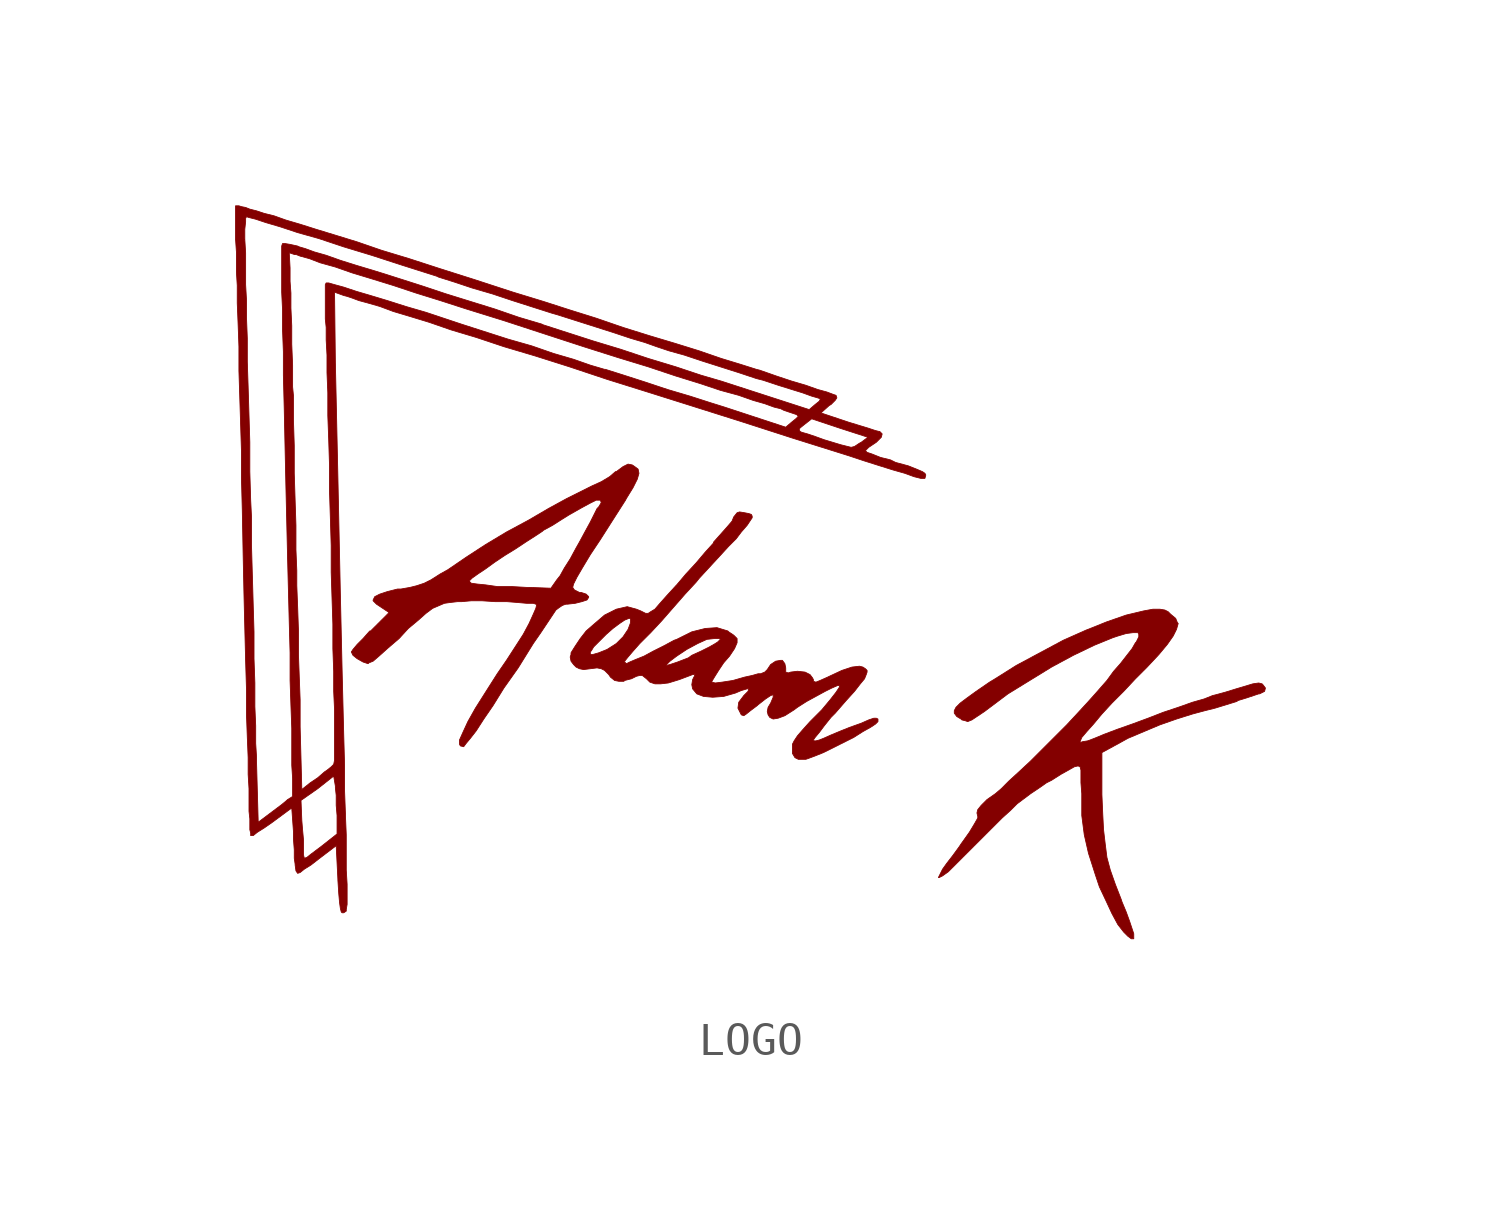
<source format=kicad_sym>
(kicad_symbol_lib
  (version 20211014)
  (generator kicad_symbol_editor)
  (symbol "LOGO"
    (pin_names
      (offset 1.016))
    (property "Reference" "#G"
      (at 0 -15.494 0)
      (effects (font (size 1.524 1.524)) hide))
    (symbol "LOGO_0_0"
      (polyline (pts (xy -8.865 -4.699) (xy -8.738 -4.547) (xy -8.56 -4.318) (xy -8.331 -3.962) (xy -8.052 -3.556) (xy -7.722 -3.023) (xy -7.29 -2.413) (xy -6.833 -1.676) (xy -6.604 -1.346) (xy -6.147 -0.66) (xy -6.045 -0.584) (xy -5.969 -0.533) (xy -5.918 -0.508) (xy -5.842 -0.483) (xy -5.791 -0.483) (xy -5.563 -0.457) (xy -5.359 -0.406) (xy -5.207 -0.356) (xy -5.156 -0.279) (xy -5.156 -0.254) (xy -5.232 -0.178) (xy -5.385 -0.127) (xy -5.436 -0.127) (xy -5.588 -0.051) (xy -5.639 0.025) (xy -5.613 0.127) (xy -5.512 0.33) (xy -5.334 0.635) (xy -5.105 1.016) (xy -4.801 1.473) (xy -4.445 2.032) (xy -4.039 2.667) (xy -4.013 2.718) (xy -3.81 3.048) (xy -3.683 3.302) (xy -3.632 3.48) (xy -3.658 3.607) (xy -3.759 3.683) (xy -3.835 3.734) (xy -3.962 3.759) (xy -4.115 3.683) (xy -4.318 3.531) (xy -4.343 3.531) (xy -4.521 3.378) (xy -4.775 3.226) (xy -5.055 3.099) (xy -5.817 2.718) (xy -6.375 2.413) (xy -6.985 2.057) (xy -7.645 1.702) (xy -8.28 1.321) (xy -8.865 0.94) (xy -9.423 0.559) (xy -9.652 0.432) (xy -9.931 0.254) (xy -10.033 0.203) (xy -8.763 0.203) (xy -8.763 0.229) (xy -8.687 0.305) (xy -8.509 0.432) (xy -8.28 0.584) (xy -8.001 0.787) (xy -7.696 0.991) (xy -7.366 1.194) (xy -7.061 1.397) (xy -6.782 1.575) (xy -6.553 1.727) (xy -6.528 1.753) (xy -6.248 1.905) (xy -5.969 2.083) (xy -5.766 2.21) (xy -5.41 2.413) (xy -5.131 2.565) (xy -4.928 2.667) (xy -4.801 2.667) (xy -4.775 2.591) (xy -4.851 2.464) (xy -4.902 2.413) (xy -5.105 2.007) (xy -5.258 1.727) (xy -5.436 1.397) (xy -5.537 1.219) (xy -5.715 0.889) (xy -5.893 0.61) (xy -6.02 0.381) (xy -6.121 0.254) (xy -6.299 0) (xy -6.96 0.025) (xy -7.036 0.025) (xy -7.493 0.051) (xy -7.925 0.051) (xy -8.28 0.102) (xy -8.534 0.127) (xy -8.712 0.152) (xy -8.763 0.203) (xy -10.033 0.203) (xy -10.135 0.152) (xy -10.363 0.076) (xy -10.566 0.025) (xy -10.846 -0.025) (xy -10.947 -0.025) (xy -11.252 -0.102) (xy -11.481 -0.178) (xy -11.633 -0.254) (xy -11.684 -0.356) (xy -11.684 -0.381) (xy -11.582 -0.483) (xy -11.201 -0.737) (xy -11.76 -1.295) (xy -11.786 -1.295) (xy -11.989 -1.524) (xy -12.167 -1.702) (xy -12.294 -1.854) (xy -12.344 -1.93) (xy -12.294 -2.032) (xy -12.167 -2.134) (xy -11.989 -2.235) (xy -11.836 -2.286) (xy -11.811 -2.261) (xy -11.684 -2.21) (xy -11.506 -2.057) (xy -11.252 -1.829) (xy -10.897 -1.524) (xy -10.617 -1.219) (xy -10.312 -0.965) (xy -10.084 -0.762) (xy -9.881 -0.61) (xy -9.525 -0.457) (xy -9.347 -0.432) (xy -9.119 -0.406) (xy -8.992 -0.406) (xy -8.712 -0.381) (xy -8.382 -0.381) (xy -8.001 -0.406) (xy -7.645 -0.406) (xy -7.315 -0.432) (xy -7.036 -0.457) (xy -6.833 -0.457) (xy -6.756 -0.483) (xy -6.731 -0.508) (xy -6.756 -0.61) (xy -6.833 -0.787) (xy -6.96 -1.067) (xy -7.137 -1.397) (xy -7.366 -1.753) (xy -7.645 -2.184) (xy -7.925 -2.591) (xy -8.28 -3.15) (xy -8.585 -3.632) (xy -8.814 -4.039) (xy -8.966 -4.369) (xy -9.068 -4.597) (xy -9.068 -4.724) (xy -9.042 -4.775) (xy -8.941 -4.801) (xy -8.865 -4.699)) (stroke (width 0.025) (type default) (color 0 0 0 0)) (fill (type outline)))
      (polyline (pts (xy 11.354 -10.465) (xy 11.227 -10.084) (xy 11.125 -9.804) (xy 10.998 -9.5) (xy 10.973 -9.423) (xy 10.795 -8.966) (xy 10.643 -8.534) (xy 10.541 -8.153) (xy 10.49 -7.747) (xy 10.439 -7.315) (xy 10.414 -6.833) (xy 10.389 -6.248) (xy 10.389 -4.978) (xy 10.947 -4.674) (xy 11.176 -4.547) (xy 12.141 -4.14) (xy 12.649 -3.962) (xy 13.132 -3.81) (xy 13.513 -3.708) (xy 13.818 -3.632) (xy 14.478 -3.429) (xy 14.503 -3.404) (xy 14.757 -3.327) (xy 15.138 -3.2) (xy 15.164 -3.2) (xy 15.316 -3.124) (xy 15.342 -3.023) (xy 15.265 -2.921) (xy 15.24 -2.896) (xy 15.138 -2.87) (xy 14.961 -2.896) (xy 14.453 -3.048) (xy 14.122 -3.15) (xy 13.843 -3.226) (xy 13.741 -3.251) (xy 13.487 -3.353) (xy 13.132 -3.454) (xy 12.7 -3.607) (xy 12.243 -3.759) (xy 11.786 -3.937) (xy 11.303 -4.115) (xy 10.871 -4.267) (xy 10.465 -4.42) (xy 10.16 -4.547) (xy 9.957 -4.623) (xy 9.804 -4.648) (xy 9.728 -4.674) (xy 9.728 -4.648) (xy 9.779 -4.521) (xy 9.931 -4.343) (xy 10.135 -4.115) (xy 10.389 -3.81) (xy 10.693 -3.48) (xy 11.049 -3.124) (xy 11.405 -2.743) (xy 11.76 -2.388) (xy 12.116 -2.007) (xy 12.37 -1.702) (xy 12.548 -1.448) (xy 12.649 -1.245) (xy 12.7 -1.067) (xy 12.675 -1.041) (xy 12.624 -0.914) (xy 12.471 -0.787) (xy 12.395 -0.711) (xy 12.294 -0.66) (xy 12.141 -0.635) (xy 11.938 -0.635) (xy 11.659 -0.686) (xy 11.125 -0.813) (xy 10.541 -1.016) (xy 9.906 -1.27) (xy 9.22 -1.575) (xy 7.798 -2.337) (xy 7.112 -2.769) (xy 6.985 -2.845) (xy 6.579 -3.124) (xy 6.299 -3.327) (xy 6.096 -3.48) (xy 5.969 -3.607) (xy 5.918 -3.708) (xy 5.918 -3.785) (xy 5.994 -3.886) (xy 6.121 -3.962) (xy 6.147 -3.988) (xy 6.248 -4.013) (xy 6.325 -4.039) (xy 6.452 -3.988) (xy 6.833 -3.734) (xy 7.544 -3.2) (xy 8.865 -2.388) (xy 9.525 -2.032) (xy 10.16 -1.727) (xy 10.719 -1.499) (xy 10.871 -1.448) (xy 11.125 -1.372) (xy 11.328 -1.346) (xy 11.481 -1.346) (xy 11.506 -1.397) (xy 11.506 -1.473) (xy 11.43 -1.626) (xy 11.405 -1.651) (xy 11.303 -1.829) (xy 10.947 -2.286) (xy 10.744 -2.515) (xy 10.541 -2.794) (xy 10.185 -3.2) (xy 9.957 -3.454) (xy 9.652 -3.785) (xy 9.322 -4.14) (xy 8.23 -5.232) (xy 7.874 -5.563) (xy 7.569 -5.842) (xy 7.341 -6.071) (xy 7.163 -6.223) (xy 6.909 -6.401) (xy 6.731 -6.579) (xy 6.629 -6.706) (xy 6.604 -6.807) (xy 6.629 -6.909) (xy 6.629 -6.96) (xy 6.528 -7.137) (xy 6.375 -7.391) (xy 6.121 -7.747) (xy 6.071 -7.823) (xy 5.867 -8.103) (xy 5.69 -8.331) (xy 5.563 -8.509) (xy 5.436 -8.763) (xy 5.461 -8.763) (xy 5.563 -8.712) (xy 5.74 -8.585) (xy 7.366 -6.96) (xy 7.62 -6.731) (xy 7.823 -6.528) (xy 8.23 -6.223) (xy 8.458 -6.071) (xy 8.712 -5.893) (xy 8.865 -5.817) (xy 9.144 -5.639) (xy 9.373 -5.512) (xy 9.55 -5.41) (xy 9.652 -5.385) (xy 9.677 -5.385) (xy 9.728 -5.41) (xy 9.754 -5.512) (xy 9.754 -5.893) (xy 9.779 -6.223) (xy 9.779 -6.883) (xy 9.855 -7.468) (xy 9.982 -8.026) (xy 10.185 -8.661) (xy 10.312 -9.042) (xy 10.516 -9.474) (xy 10.693 -9.855) (xy 10.871 -10.185) (xy 11.049 -10.414) (xy 11.176 -10.541) (xy 11.278 -10.617) (xy 11.354 -10.617) (xy 11.354 -10.465)) (stroke (width 0.025) (type default) (color 0 0 0 0)) (fill (type outline)))
      (polyline (pts (xy 1.499 -5.156) (xy 1.702 -5.08) (xy 1.956 -4.978) (xy 2.87 -4.521) (xy 3.15 -4.343) (xy 3.378 -4.216) (xy 3.531 -4.115) (xy 3.607 -4.039) (xy 3.607 -3.962) (xy 3.556 -3.937) (xy 3.48 -3.937) (xy 3.327 -3.988) (xy 3.099 -4.089) (xy 2.743 -4.216) (xy 2.489 -4.318) (xy 2.184 -4.445) (xy 1.956 -4.547) (xy 1.829 -4.597) (xy 1.727 -4.623) (xy 1.676 -4.623) (xy 1.651 -4.597) (xy 1.702 -4.521) (xy 1.829 -4.369) (xy 1.981 -4.166) (xy 2.184 -3.912) (xy 2.311 -3.785) (xy 2.642 -3.404) (xy 2.896 -3.124) (xy 3.073 -2.896) (xy 3.2 -2.743) (xy 3.251 -2.616) (xy 3.277 -2.54) (xy 3.277 -2.489) (xy 3.226 -2.438) (xy 3.15 -2.388) (xy 3.048 -2.362) (xy 2.819 -2.388) (xy 2.515 -2.489) (xy 2.134 -2.667) (xy 2.083 -2.692) (xy 1.854 -2.794) (xy 1.727 -2.845) (xy 1.651 -2.819) (xy 1.651 -2.769) (xy 1.626 -2.718) (xy 1.549 -2.616) (xy 1.397 -2.54) (xy 1.168 -2.515) (xy 0.965 -2.54) (xy 0.889 -2.565) (xy 0.813 -2.54) (xy 0.813 -2.413) (xy 0.787 -2.286) (xy 0.711 -2.184) (xy 0.66 -2.184) (xy 0.508 -2.21) (xy 0.356 -2.311) (xy 0.254 -2.464) (xy 0.178 -2.54) (xy 0.051 -2.591) (xy -0.025 -2.591) (xy -0.203 -2.642) (xy -0.432 -2.692) (xy -0.787 -2.794) (xy -1.118 -2.845) (xy -1.321 -2.87) (xy -1.422 -2.845) (xy -1.422 -2.819) (xy -1.346 -2.692) (xy -1.219 -2.489) (xy -1.067 -2.261) (xy -0.889 -2.057) (xy -0.737 -1.829) (xy -0.66 -1.651) (xy -0.66 -1.524) (xy -0.762 -1.422) (xy -0.914 -1.321) (xy -0.94 -1.295) (xy -1.27 -1.194) (xy -1.626 -1.219) (xy -2.032 -1.321) (xy -2.489 -1.549) (xy -2.565 -1.575) (xy -2.896 -1.753) (xy -3.2 -1.905) (xy -3.48 -2.057) (xy -3.734 -2.159) (xy -3.912 -2.235) (xy -4.013 -2.286) (xy -4.064 -2.235) (xy -4.064 -2.21) (xy -3.962 -2.083) (xy -3.81 -1.905) (xy -3.607 -1.676) (xy -3.277 -1.346) (xy -2.946 -0.991) (xy -2.235 -0.178) (xy -1.905 0.178) (xy -1.803 0.305) (xy -1.194 0.965) (xy -0.914 1.27) (xy -0.686 1.499) (xy -0.533 1.702) (xy -0.356 1.905) (xy -0.203 2.134) (xy -0.203 2.184) (xy -0.229 2.235) (xy -0.305 2.261) (xy -0.432 2.286) (xy -0.584 2.311) (xy -0.66 2.286) (xy -0.762 2.159) (xy -0.813 2.032) (xy -0.965 1.854) (xy -1.372 1.397) (xy -1.372 1.372) (xy -1.626 1.092) (xy -1.905 0.762) (xy -2.21 0.432) (xy -2.489 0.102) (xy -2.515 0.076) (xy -2.794 -0.229) (xy -2.997 -0.457) (xy -3.15 -0.635) (xy -3.277 -0.711) (xy -3.353 -0.762) (xy -3.429 -0.762) (xy -3.581 -0.686) (xy -3.708 -0.635) (xy -3.988 -0.559) (xy -4.318 -0.635) (xy -4.674 -0.813) (xy -5.029 -1.118) (xy -5.232 -1.295) (xy -5.41 -1.524) (xy -5.563 -1.753) (xy -5.69 -1.956) (xy -5.69 -2.007) (xy -5.105 -2.007) (xy -5.105 -1.905) (xy -5.08 -1.905) (xy -5.004 -1.778) (xy -4.623 -1.397) (xy -4.42 -1.219) (xy -4.216 -1.067) (xy -4.064 -0.965) (xy -3.937 -0.914) (xy -3.886 -0.914) (xy -3.886 -1.041) (xy -3.962 -1.245) (xy -4.115 -1.473) (xy -4.318 -1.676) (xy -4.597 -1.854) (xy -4.851 -1.956) (xy -5.029 -2.007) (xy -5.105 -2.007) (xy -5.69 -2.007) (xy -5.715 -2.083) (xy -5.69 -2.21) (xy -5.613 -2.311) (xy -2.794 -2.311) (xy -2.692 -2.21) (xy -2.489 -2.057) (xy -2.184 -1.854) (xy -1.854 -1.676) (xy -1.575 -1.549) (xy -1.346 -1.524) (xy -1.194 -1.524) (xy -1.168 -1.549) (xy -1.245 -1.626) (xy -1.321 -1.676) (xy -1.499 -1.778) (xy -1.753 -1.905) (xy -2.032 -2.032) (xy -2.134 -2.108) (xy -2.464 -2.235) (xy -2.692 -2.311) (xy -2.794 -2.337) (xy -2.794 -2.311) (xy -5.613 -2.311) (xy -5.588 -2.337) (xy -5.537 -2.388) (xy -5.436 -2.438) (xy -5.309 -2.464) (xy -4.902 -2.413) (xy -4.775 -2.438) (xy -4.674 -2.489) (xy -4.547 -2.616) (xy -4.496 -2.692) (xy -4.369 -2.794) (xy -4.242 -2.819) (xy -4.089 -2.819) (xy -4.064 -2.794) (xy -3.861 -2.743) (xy -3.708 -2.667) (xy -3.607 -2.642) (xy -3.531 -2.642) (xy -3.404 -2.743) (xy -3.302 -2.845) (xy -3.15 -2.896) (xy -2.972 -2.896) (xy -2.743 -2.87) (xy -2.413 -2.769) (xy -2.007 -2.616) (xy -1.981 -2.616) (xy -1.93 -2.591) (xy -1.956 -2.667) (xy -2.007 -2.769) (xy -2.032 -2.921) (xy -2.007 -3.048) (xy -1.88 -3.2) (xy -1.676 -3.277) (xy -1.397 -3.302) (xy -1.067 -3.277) (xy -0.711 -3.175) (xy -0.533 -3.099) (xy -0.356 -3.048) (xy -0.305 -3.048) (xy -0.33 -3.124) (xy -0.457 -3.251) (xy -0.61 -3.454) (xy -0.635 -3.632) (xy -0.533 -3.835) (xy -0.457 -3.861) (xy -0.381 -3.81) (xy -0.254 -3.708) (xy -0.051 -3.556) (xy -0.025 -3.531) (xy 0.203 -3.353) (xy 0.356 -3.251) (xy 0.432 -3.226) (xy 0.432 -3.302) (xy 0.356 -3.48) (xy 0.279 -3.607) (xy 0.254 -3.734) (xy 0.279 -3.835) (xy 0.33 -3.912) (xy 0.432 -3.962) (xy 0.584 -3.937) (xy 0.787 -3.861) (xy 1.067 -3.683) (xy 1.168 -3.607) (xy 1.448 -3.429) (xy 2.007 -3.124) (xy 2.21 -3.023) (xy 2.388 -2.946) (xy 2.438 -2.946) (xy 2.438 -2.997) (xy 2.337 -3.15) (xy 2.159 -3.378) (xy 1.905 -3.683) (xy 1.549 -4.039) (xy 1.321 -4.293) (xy 1.168 -4.47) (xy 1.067 -4.623) (xy 1.016 -4.724) (xy 1.016 -5.004) (xy 1.092 -5.131) (xy 1.194 -5.182) (xy 1.422 -5.182) (xy 1.499 -5.156)) (stroke (width 0.025) (type default) (color 0 0 0 0)) (fill (type outline)))
      (polyline (pts (xy -12.497 -9.779) (xy -12.497 -9.728) (xy -12.471 -9.576) (xy -12.471 -8.966) (xy -12.497 -8.534) (xy -12.497 -7.468) (xy -12.522 -6.883) (xy -12.522 -6.833) (xy -12.548 -6.147) (xy -12.548 -5.359) (xy -12.573 -4.47) (xy -12.598 -3.48) (xy -12.624 -2.438) (xy -12.649 -1.346) (xy -12.675 -0.203) (xy -12.751 3.378) (xy -12.802 5.715) (xy -12.827 6.833) (xy -12.852 8.966) (xy -12.573 8.865) (xy -12.471 8.839) (xy -12.319 8.788) (xy -12.116 8.712) (xy -11.836 8.636) (xy -11.481 8.534) (xy -11.074 8.382) (xy -10.566 8.23) (xy -9.982 8.052) (xy -9.322 7.823) (xy -8.56 7.595) (xy -7.722 7.315) (xy -6.782 7.036) (xy -5.74 6.706) (xy -4.597 6.325) (xy -3.378 5.944) (xy -2.007 5.512) (xy -0.559 5.055) (xy 0.229 4.801) (xy 1.219 4.801) (xy 1.245 4.851) (xy 1.372 4.953) (xy 1.6 5.131) (xy 2.438 4.851) (xy 3.302 4.572) (xy 3.099 4.42) (xy 3.048 4.394) (xy 2.896 4.293) (xy 2.794 4.267) (xy 2.489 4.343) (xy 1.981 4.496) (xy 1.702 4.597) (xy 1.473 4.674) (xy 1.295 4.724) (xy 1.245 4.75) (xy 1.219 4.801) (xy 0.229 4.801) (xy 1.016 4.547) (xy 2.718 4.013) (xy 3.175 3.861) (xy 3.658 3.708) (xy 4.064 3.581) (xy 4.42 3.48) (xy 4.699 3.378) (xy 4.902 3.327) (xy 5.029 3.327) (xy 5.055 3.429) (xy 5.029 3.48) (xy 4.953 3.531) (xy 4.775 3.607) (xy 4.521 3.708) (xy 4.14 3.81) (xy 3.988 3.886) (xy 3.683 3.962) (xy 3.429 4.064) (xy 3.277 4.115) (xy 3.226 4.166) (xy 3.327 4.267) (xy 3.556 4.42) (xy 3.708 4.572) (xy 3.734 4.674) (xy 3.658 4.75) (xy 3.632 4.75) (xy 3.531 4.775) (xy 3.302 4.851) (xy 3.048 4.928) (xy 2.718 5.029) (xy 1.88 5.309) (xy 2.134 5.537) (xy 2.184 5.563) (xy 2.311 5.69) (xy 2.362 5.766) (xy 2.337 5.842) (xy 2.261 5.867) (xy 2.057 5.944) (xy 1.778 6.02) (xy 1.422 6.147) (xy 0.991 6.274) (xy 0.533 6.426) (xy 0.025 6.604) (xy -0.076 6.629) (xy -0.559 6.782) (xy -1.143 6.96) (xy -1.803 7.188) (xy -2.54 7.417) (xy -3.302 7.645) (xy -4.115 7.899) (xy -4.928 8.179) (xy -5.74 8.433) (xy -6.528 8.687) (xy -7.442 8.966) (xy -8.611 9.347) (xy -9.652 9.677) (xy -10.592 9.982) (xy -11.43 10.236) (xy -12.167 10.49) (xy -12.827 10.693) (xy -13.411 10.871) (xy -13.894 11.024) (xy -14.326 11.151) (xy -14.681 11.278) (xy -14.986 11.354) (xy -15.215 11.43) (xy -15.418 11.481) (xy -15.545 11.532) (xy -15.672 11.557) (xy -15.748 11.582) (xy -15.85 11.582) (xy -15.85 10.617) (xy -15.85 10.566) (xy -15.57 10.566) (xy -15.57 10.871) (xy -15.545 11.1) (xy -15.545 11.201) (xy -15.519 11.252) (xy -15.443 11.227) (xy -15.24 11.176) (xy -14.935 11.074) (xy -14.503 10.947) (xy -13.97 10.77) (xy -13.335 10.592) (xy -12.573 10.338) (xy -11.735 10.084) (xy -10.795 9.779) (xy -9.754 9.449) (xy -9.703 9.423) (xy -9.22 9.271) (xy -8.687 9.093) (xy -8.077 8.915) (xy -7.468 8.712) (xy -6.833 8.509) (xy -6.274 8.331) (xy -6.096 8.28) (xy -4.42 7.747) (xy -3.886 7.569) (xy -3.454 7.442) (xy -3.099 7.315) (xy -2.718 7.188) (xy -2.261 7.061) (xy -1.727 6.883) (xy -0.61 6.528) (xy -0.076 6.35) (xy 0.127 6.299) (xy 0.584 6.147) (xy 0.991 6.02) (xy 1.321 5.918) (xy 1.6 5.817) (xy 1.778 5.766) (xy 1.854 5.74) (xy 1.854 5.715) (xy 1.829 5.664) (xy 1.702 5.563) (xy 1.524 5.41) (xy -1.143 6.274) (xy -1.753 6.452) (xy -2.515 6.706) (xy -3.353 6.96) (xy -4.191 7.239) (xy -5.029 7.493) (xy -5.817 7.747) (xy -6.528 7.976) (xy -6.579 8.001) (xy -7.264 8.204) (xy -8.001 8.458) (xy -9.474 8.915) (xy -10.16 9.144) (xy -10.795 9.347) (xy -11.354 9.525) (xy -11.684 9.627) (xy -12.192 9.779) (xy -12.675 9.931) (xy -13.106 10.084) (xy -13.462 10.185) (xy -13.741 10.287) (xy -13.919 10.338) (xy -13.97 10.363) (xy -14.199 10.414) (xy -14.351 10.439) (xy -14.427 10.439) (xy -14.453 10.363) (xy -14.453 10.16) (xy -14.224 10.16) (xy -14.072 10.109) (xy -14.021 10.109) (xy -13.894 10.058) (xy -13.614 9.982) (xy -13.284 9.855) (xy -12.827 9.728) (xy -12.319 9.55) (xy -11.735 9.373) (xy -11.074 9.169) (xy -10.389 8.941) (xy -9.652 8.712) (xy -8.865 8.458) (xy -7.722 8.103) (xy -6.477 7.696) (xy -5.309 7.315) (xy -4.267 6.985) (xy -3.353 6.706) (xy -2.515 6.426) (xy -1.778 6.198) (xy -1.168 5.994) (xy -0.61 5.842) (xy -0.178 5.69) (xy 0.178 5.588) (xy 0.457 5.486) (xy 0.66 5.436) (xy 0.762 5.385) (xy 1.143 5.258) (xy 1.194 5.207) (xy 1.118 5.131) (xy 0.991 5.029) (xy 0.813 4.877) (xy -1.041 5.486) (xy -1.448 5.613) (xy -2.083 5.817) (xy -2.769 6.02) (xy -3.454 6.248) (xy -4.089 6.452) (xy -4.648 6.629) (xy -4.674 6.629) (xy -5.105 6.756) (xy -5.613 6.934) (xy -6.223 7.112) (xy -6.883 7.341) (xy -7.595 7.544) (xy -9.017 8.001) (xy -10.084 8.357) (xy -10.693 8.534) (xy -11.252 8.712) (xy -11.76 8.865) (xy -12.192 8.992) (xy -12.573 9.119) (xy -12.852 9.195) (xy -13.03 9.246) (xy -13.106 9.246) (xy -13.132 9.195) (xy -13.132 8.153) (xy -13.106 7.899) (xy -13.106 7.518) (xy -13.081 7.061) (xy -13.081 6.528) (xy -13.056 5.918) (xy -13.056 5.232) (xy -13.03 4.521) (xy -13.005 3.734) (xy -13.005 2.946) (xy -12.979 2.134) (xy -12.954 1.295) (xy -12.954 0.483) (xy -12.903 -1.092) (xy -12.903 -1.829) (xy -12.878 -2.515) (xy -12.878 -3.124) (xy -12.852 -3.683) (xy -12.852 -5.207) (xy -12.878 -5.334) (xy -12.954 -5.41) (xy -13.081 -5.512) (xy -13.157 -5.563) (xy -13.36 -5.74) (xy -13.589 -5.893) (xy -13.843 -6.096) (xy -13.894 -4.191) (xy -13.894 -3.378) (xy -13.919 -2.718) (xy -13.945 -2.007) (xy -13.945 -1.27) (xy -13.97 -0.559) (xy -13.995 0.076) (xy -13.995 0.533) (xy -14.021 1.168) (xy -14.021 1.905) (xy -14.046 2.667) (xy -14.072 3.48) (xy -14.072 4.318) (xy -14.097 5.105) (xy -14.097 5.842) (xy -14.122 6.096) (xy -14.122 6.756) (xy -14.148 7.391) (xy -14.148 7.95) (xy -14.173 8.484) (xy -14.173 8.941) (xy -14.199 9.296) (xy -14.199 9.703) (xy -14.224 10.16) (xy -14.453 10.16) (xy -14.453 8.966) (xy -14.427 8.433) (xy -14.427 7.823) (xy -14.402 7.163) (xy -14.402 6.452) (xy -14.376 5.436) (xy -14.351 4.267) (xy -14.326 3.124) (xy -14.3 2.007) (xy -14.275 0.94) (xy -14.249 -0.076) (xy -14.224 -1.041) (xy -14.199 -1.956) (xy -14.199 -2.794) (xy -14.173 -3.556) (xy -14.148 -4.242) (xy -14.148 -5.359) (xy -14.122 -5.766) (xy -14.122 -6.299) (xy -14.148 -6.325) (xy -14.275 -6.401) (xy -14.3 -6.426) (xy -13.868 -6.426) (xy -13.36 -6.071) (xy -12.878 -5.69) (xy -12.827 -5.994) (xy -12.827 -6.045) (xy -12.802 -6.274) (xy -12.802 -6.579) (xy -12.776 -6.883) (xy -12.776 -7.442) (xy -13.259 -7.823) (xy -13.564 -8.052) (xy -13.691 -8.153) (xy -13.767 -8.179) (xy -13.792 -8.077) (xy -13.792 -7.62) (xy -13.818 -7.341) (xy -13.843 -7.036) (xy -13.868 -6.426) (xy -14.3 -6.426) (xy -14.453 -6.553) (xy -15.164 -7.087) (xy -15.215 -5.258) (xy -15.215 -5.105) (xy -15.24 -4.699) (xy -15.24 -4.166) (xy -15.265 -3.581) (xy -15.265 -2.87) (xy -15.291 -2.134) (xy -15.291 -1.321) (xy -15.316 -0.483) (xy -15.367 1.295) (xy -15.367 2.159) (xy -15.392 2.667) (xy -15.418 3.531) (xy -15.418 4.42) (xy -15.469 6.096) (xy -15.494 6.858) (xy -15.494 7.569) (xy -15.519 8.204) (xy -15.519 8.738) (xy -15.545 9.195) (xy -15.545 10.16) (xy -15.57 10.566) (xy -15.85 10.566) (xy -15.824 10.185) (xy -15.824 9.576) (xy -15.799 9.169) (xy -15.799 8.636) (xy -15.773 8.001) (xy -15.748 7.315) (xy -15.748 6.579) (xy -15.723 5.791) (xy -15.672 4.166) (xy -15.672 3.353) (xy -15.646 2.362) (xy -15.621 1.041) (xy -15.596 -0.152) (xy -15.57 -1.219) (xy -15.545 -2.21) (xy -15.519 -3.073) (xy -15.519 -3.835) (xy -15.494 -4.521) (xy -15.469 -5.131) (xy -15.469 -5.639) (xy -15.443 -6.071) (xy -15.443 -6.756) (xy -15.418 -6.985) (xy -15.418 -7.315) (xy -15.392 -7.417) (xy -15.392 -7.493) (xy -15.316 -7.493) (xy -15.189 -7.391) (xy -14.986 -7.264) (xy -14.732 -7.087) (xy -14.148 -6.655) (xy -14.097 -7.366) (xy -14.097 -7.595) (xy -14.072 -7.925) (xy -14.072 -8.179) (xy -14.046 -8.357) (xy -14.046 -8.382) (xy -14.021 -8.56) (xy -13.97 -8.636) (xy -13.894 -8.611) (xy -13.767 -8.509) (xy -13.564 -8.382) (xy -13.335 -8.204) (xy -12.802 -7.798) (xy -12.751 -8.814) (xy -12.751 -8.839) (xy -12.725 -9.246) (xy -12.7 -9.525) (xy -12.675 -9.703) (xy -12.649 -9.804) (xy -12.624 -9.83) (xy -12.573 -9.83) (xy -12.497 -9.779)) (stroke (width 0.025) (type default) (color 0 0 0 0)) (fill (type outline))))))
</source>
